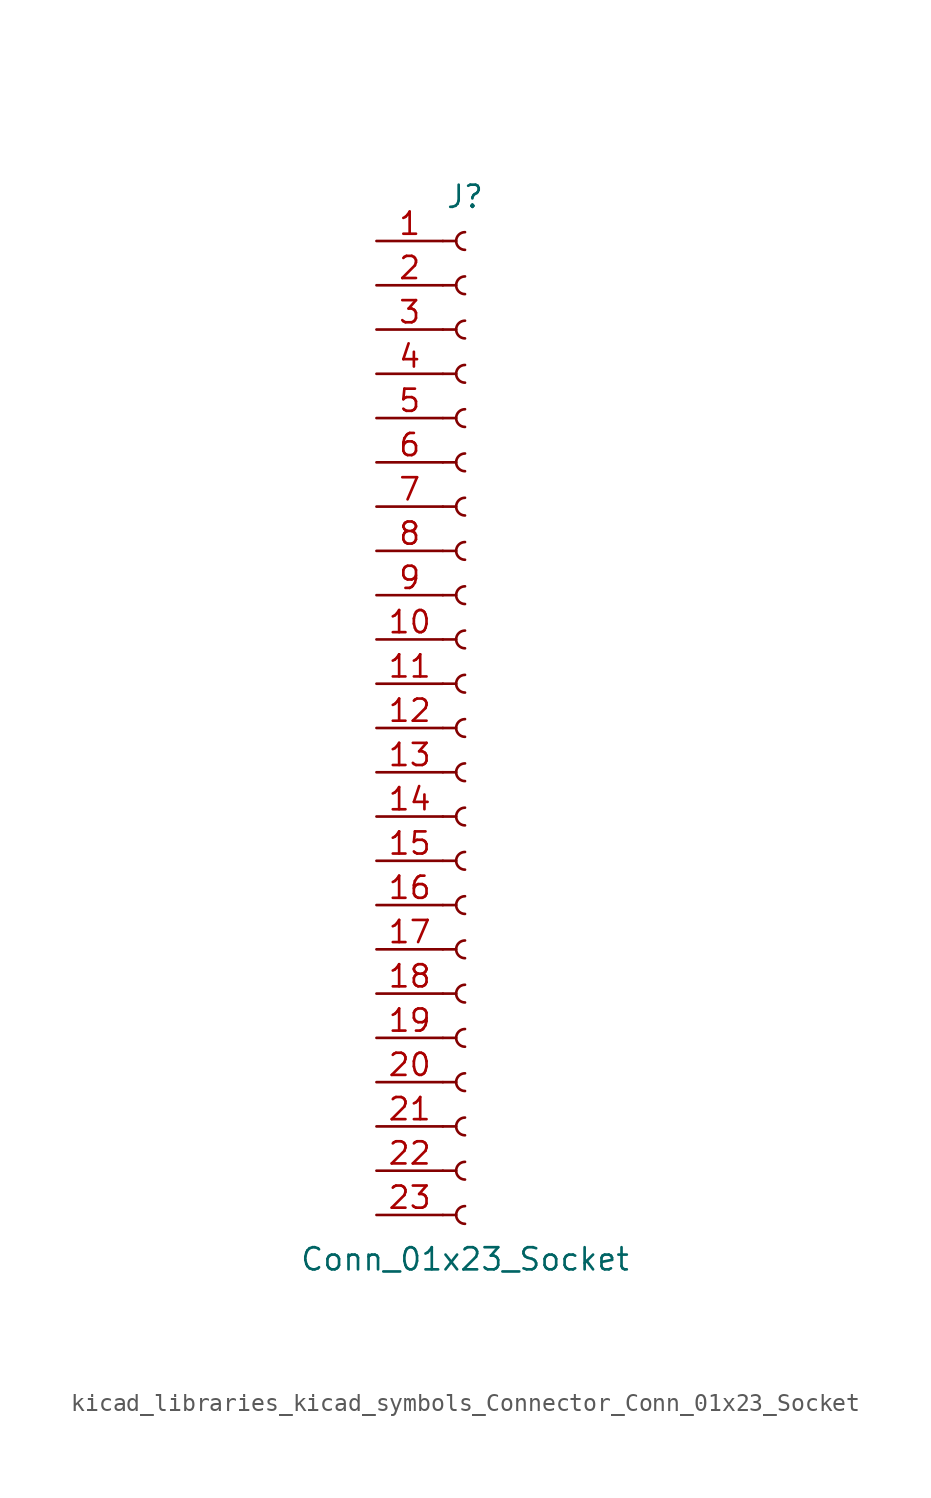
<source format=kicad_sym>
(kicad_symbol_lib
  (version 20220914)
  (generator kicad_symbol_editor)
  (symbol "kicad_libraries_kicad_symbols_Connector_Conn_01x23_Socket"
    (pin_names
      (offset 1.016) hide)
    (property "Reference" "J"
      (at 0 30.48 0)
      (effects (font (size 1.27 1.27))))
    (property "Value" "Conn_01x23_Socket"
      (at 0 -30.48 0)
      (effects (font (size 1.27 1.27))))
    (property "ki_locked" ""
      (at 0 0 0)
      (effects (font (size 1.27 1.27))))
    (symbol "kicad_libraries_kicad_symbols_Connector_Conn_01x23_Socket_1_1"
      (arc (start 0 -27.432) (mid -0.5058 -27.94) (end 0 -28.448) (stroke (width 0.1524) (type default)) (fill (type none)))
      (arc (start 0 -24.892) (mid -0.5058 -25.4) (end 0 -25.908) (stroke (width 0.1524) (type default)) (fill (type none)))
      (arc (start 0 -22.352) (mid -0.5058 -22.86) (end 0 -23.368) (stroke (width 0.1524) (type default)) (fill (type none)))
      (arc (start 0 -19.812) (mid -0.5058 -20.32) (end 0 -20.828) (stroke (width 0.1524) (type default)) (fill (type none)))
      (arc (start 0 -17.272) (mid -0.5058 -17.78) (end 0 -18.288) (stroke (width 0.1524) (type default)) (fill (type none)))
      (arc (start 0 -14.732) (mid -0.5058 -15.24) (end 0 -15.748) (stroke (width 0.1524) (type default)) (fill (type none)))
      (arc (start 0 -12.192) (mid -0.5058 -12.7) (end 0 -13.208) (stroke (width 0.1524) (type default)) (fill (type none)))
      (arc (start 0 -9.652) (mid -0.5058 -10.16) (end 0 -10.668) (stroke (width 0.1524) (type default)) (fill (type none)))
      (arc (start 0 -7.112) (mid -0.5058 -7.62) (end 0 -8.128) (stroke (width 0.1524) (type default)) (fill (type none)))
      (arc (start 0 -4.572) (mid -0.5058 -5.08) (end 0 -5.588) (stroke (width 0.1524) (type default)) (fill (type none)))
      (arc (start 0 -2.032) (mid -0.5058 -2.54) (end 0 -3.048) (stroke (width 0.1524) (type default)) (fill (type none)))
      (polyline (pts (xy -1.27 -27.94) (xy -0.508 -27.94)) (stroke (width 0.152) (type default)) (fill (type none)))
      (polyline (pts (xy -1.27 -25.4) (xy -0.508 -25.4)) (stroke (width 0.152) (type default)) (fill (type none)))
      (polyline (pts (xy -1.27 -22.86) (xy -0.508 -22.86)) (stroke (width 0.152) (type default)) (fill (type none)))
      (polyline (pts (xy -1.27 -20.32) (xy -0.508 -20.32)) (stroke (width 0.152) (type default)) (fill (type none)))
      (polyline (pts (xy -1.27 -17.78) (xy -0.508 -17.78)) (stroke (width 0.152) (type default)) (fill (type none)))
      (polyline (pts (xy -1.27 -15.24) (xy -0.508 -15.24)) (stroke (width 0.152) (type default)) (fill (type none)))
      (polyline (pts (xy -1.27 -12.7) (xy -0.508 -12.7)) (stroke (width 0.152) (type default)) (fill (type none)))
      (polyline (pts (xy -1.27 -10.16) (xy -0.508 -10.16)) (stroke (width 0.152) (type default)) (fill (type none)))
      (polyline (pts (xy -1.27 -7.62) (xy -0.508 -7.62)) (stroke (width 0.152) (type default)) (fill (type none)))
      (polyline (pts (xy -1.27 -5.08) (xy -0.508 -5.08)) (stroke (width 0.152) (type default)) (fill (type none)))
      (polyline (pts (xy -1.27 -2.54) (xy -0.508 -2.54)) (stroke (width 0.152) (type default)) (fill (type none)))
      (polyline (pts (xy -1.27 0) (xy -0.508 0)) (stroke (width 0.152) (type default)) (fill (type none)))
      (polyline (pts (xy -1.27 2.54) (xy -0.508 2.54)) (stroke (width 0.152) (type default)) (fill (type none)))
      (polyline (pts (xy -1.27 5.08) (xy -0.508 5.08)) (stroke (width 0.152) (type default)) (fill (type none)))
      (polyline (pts (xy -1.27 7.62) (xy -0.508 7.62)) (stroke (width 0.152) (type default)) (fill (type none)))
      (polyline (pts (xy -1.27 10.16) (xy -0.508 10.16)) (stroke (width 0.152) (type default)) (fill (type none)))
      (polyline (pts (xy -1.27 12.7) (xy -0.508 12.7)) (stroke (width 0.152) (type default)) (fill (type none)))
      (polyline (pts (xy -1.27 15.24) (xy -0.508 15.24)) (stroke (width 0.152) (type default)) (fill (type none)))
      (polyline (pts (xy -1.27 17.78) (xy -0.508 17.78)) (stroke (width 0.152) (type default)) (fill (type none)))
      (polyline (pts (xy -1.27 20.32) (xy -0.508 20.32)) (stroke (width 0.152) (type default)) (fill (type none)))
      (polyline (pts (xy -1.27 22.86) (xy -0.508 22.86)) (stroke (width 0.152) (type default)) (fill (type none)))
      (polyline (pts (xy -1.27 25.4) (xy -0.508 25.4)) (stroke (width 0.152) (type default)) (fill (type none)))
      (polyline (pts (xy -1.27 27.94) (xy -0.508 27.94)) (stroke (width 0.152) (type default)) (fill (type none)))
      (arc (start 0 0.508) (mid -0.5058 0) (end 0 -0.508) (stroke (width 0.1524) (type default)) (fill (type none)))
      (arc (start 0 3.048) (mid -0.5058 2.54) (end 0 2.032) (stroke (width 0.1524) (type default)) (fill (type none)))
      (arc (start 0 5.588) (mid -0.5058 5.08) (end 0 4.572) (stroke (width 0.1524) (type default)) (fill (type none)))
      (arc (start 0 8.128) (mid -0.5058 7.62) (end 0 7.112) (stroke (width 0.1524) (type default)) (fill (type none)))
      (arc (start 0 10.668) (mid -0.5058 10.16) (end 0 9.652) (stroke (width 0.1524) (type default)) (fill (type none)))
      (arc (start 0 13.208) (mid -0.5058 12.7) (end 0 12.192) (stroke (width 0.1524) (type default)) (fill (type none)))
      (arc (start 0 15.748) (mid -0.5058 15.24) (end 0 14.732) (stroke (width 0.1524) (type default)) (fill (type none)))
      (arc (start 0 18.288) (mid -0.5058 17.78) (end 0 17.272) (stroke (width 0.1524) (type default)) (fill (type none)))
      (arc (start 0 20.828) (mid -0.5058 20.32) (end 0 19.812) (stroke (width 0.1524) (type default)) (fill (type none)))
      (arc (start 0 23.368) (mid -0.5058 22.86) (end 0 22.352) (stroke (width 0.1524) (type default)) (fill (type none)))
      (arc (start 0 25.908) (mid -0.5058 25.4) (end 0 24.892) (stroke (width 0.1524) (type default)) (fill (type none)))
      (arc (start 0 28.448) (mid -0.5058 27.94) (end 0 27.432) (stroke (width 0.1524) (type default)) (fill (type none)))
      (pin passive line (at -5.08 27.94 0) (length 3.81) (name "Pin_1" (effects (font (size 1.27 1.27)))) (number "1" (effects (font (size 1.27 1.27)))))
      (pin passive line (at -5.08 5.08 0) (length 3.81) (name "Pin_10" (effects (font (size 1.27 1.27)))) (number "10" (effects (font (size 1.27 1.27)))))
      (pin passive line (at -5.08 2.54 0) (length 3.81) (name "Pin_11" (effects (font (size 1.27 1.27)))) (number "11" (effects (font (size 1.27 1.27)))))
      (pin passive line (at -5.08 0 0) (length 3.81) (name "Pin_12" (effects (font (size 1.27 1.27)))) (number "12" (effects (font (size 1.27 1.27)))))
      (pin passive line (at -5.08 -2.54 0) (length 3.81) (name "Pin_13" (effects (font (size 1.27 1.27)))) (number "13" (effects (font (size 1.27 1.27)))))
      (pin passive line (at -5.08 -5.08 0) (length 3.81) (name "Pin_14" (effects (font (size 1.27 1.27)))) (number "14" (effects (font (size 1.27 1.27)))))
      (pin passive line (at -5.08 -7.62 0) (length 3.81) (name "Pin_15" (effects (font (size 1.27 1.27)))) (number "15" (effects (font (size 1.27 1.27)))))
      (pin passive line (at -5.08 -10.16 0) (length 3.81) (name "Pin_16" (effects (font (size 1.27 1.27)))) (number "16" (effects (font (size 1.27 1.27)))))
      (pin passive line (at -5.08 -12.7 0) (length 3.81) (name "Pin_17" (effects (font (size 1.27 1.27)))) (number "17" (effects (font (size 1.27 1.27)))))
      (pin passive line (at -5.08 -15.24 0) (length 3.81) (name "Pin_18" (effects (font (size 1.27 1.27)))) (number "18" (effects (font (size 1.27 1.27)))))
      (pin passive line (at -5.08 -17.78 0) (length 3.81) (name "Pin_19" (effects (font (size 1.27 1.27)))) (number "19" (effects (font (size 1.27 1.27)))))
      (pin passive line (at -5.08 25.4 0) (length 3.81) (name "Pin_2" (effects (font (size 1.27 1.27)))) (number "2" (effects (font (size 1.27 1.27)))))
      (pin passive line (at -5.08 -20.32 0) (length 3.81) (name "Pin_20" (effects (font (size 1.27 1.27)))) (number "20" (effects (font (size 1.27 1.27)))))
      (pin passive line (at -5.08 -22.86 0) (length 3.81) (name "Pin_21" (effects (font (size 1.27 1.27)))) (number "21" (effects (font (size 1.27 1.27)))))
      (pin passive line (at -5.08 -25.4 0) (length 3.81) (name "Pin_22" (effects (font (size 1.27 1.27)))) (number "22" (effects (font (size 1.27 1.27)))))
      (pin passive line (at -5.08 -27.94 0) (length 3.81) (name "Pin_23" (effects (font (size 1.27 1.27)))) (number "23" (effects (font (size 1.27 1.27)))))
      (pin passive line (at -5.08 22.86 0) (length 3.81) (name "Pin_3" (effects (font (size 1.27 1.27)))) (number "3" (effects (font (size 1.27 1.27)))))
      (pin passive line (at -5.08 20.32 0) (length 3.81) (name "Pin_4" (effects (font (size 1.27 1.27)))) (number "4" (effects (font (size 1.27 1.27)))))
      (pin passive line (at -5.08 17.78 0) (length 3.81) (name "Pin_5" (effects (font (size 1.27 1.27)))) (number "5" (effects (font (size 1.27 1.27)))))
      (pin passive line (at -5.08 15.24 0) (length 3.81) (name "Pin_6" (effects (font (size 1.27 1.27)))) (number "6" (effects (font (size 1.27 1.27)))))
      (pin passive line (at -5.08 12.7 0) (length 3.81) (name "Pin_7" (effects (font (size 1.27 1.27)))) (number "7" (effects (font (size 1.27 1.27)))))
      (pin passive line (at -5.08 10.16 0) (length 3.81) (name "Pin_8" (effects (font (size 1.27 1.27)))) (number "8" (effects (font (size 1.27 1.27)))))
      (pin passive line (at -5.08 7.62 0) (length 3.81) (name "Pin_9" (effects (font (size 1.27 1.27)))) (number "9" (effects (font (size 1.27 1.27))))))))
</source>
